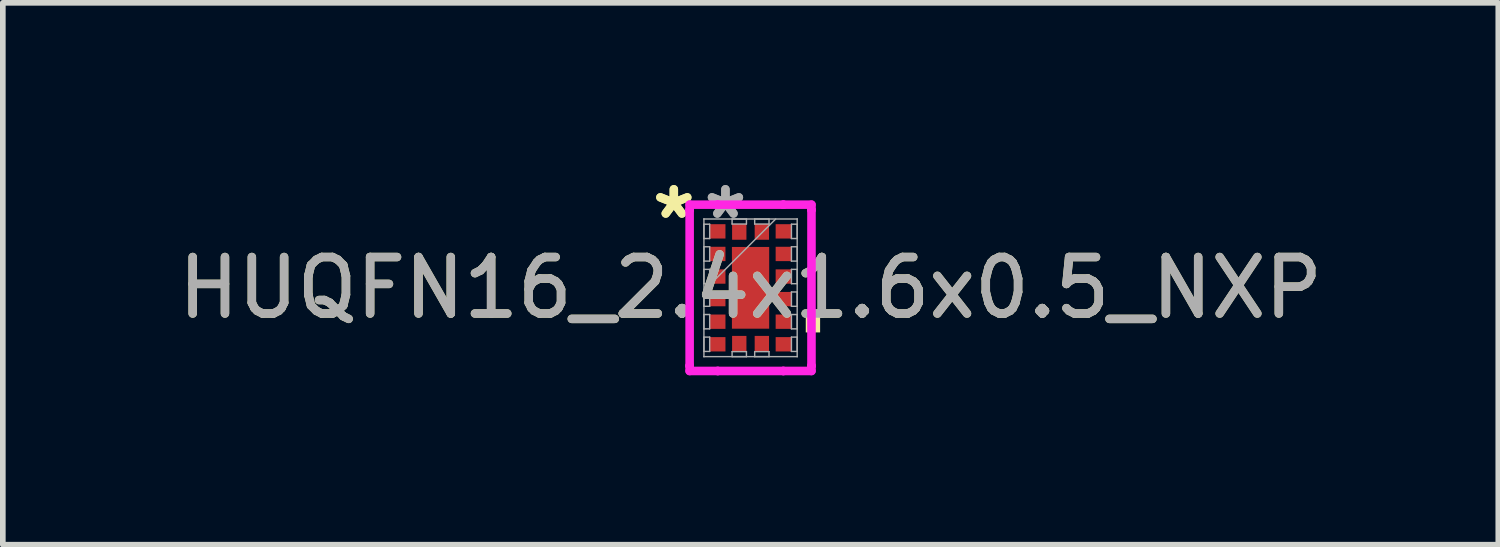
<source format=kicad_pcb>
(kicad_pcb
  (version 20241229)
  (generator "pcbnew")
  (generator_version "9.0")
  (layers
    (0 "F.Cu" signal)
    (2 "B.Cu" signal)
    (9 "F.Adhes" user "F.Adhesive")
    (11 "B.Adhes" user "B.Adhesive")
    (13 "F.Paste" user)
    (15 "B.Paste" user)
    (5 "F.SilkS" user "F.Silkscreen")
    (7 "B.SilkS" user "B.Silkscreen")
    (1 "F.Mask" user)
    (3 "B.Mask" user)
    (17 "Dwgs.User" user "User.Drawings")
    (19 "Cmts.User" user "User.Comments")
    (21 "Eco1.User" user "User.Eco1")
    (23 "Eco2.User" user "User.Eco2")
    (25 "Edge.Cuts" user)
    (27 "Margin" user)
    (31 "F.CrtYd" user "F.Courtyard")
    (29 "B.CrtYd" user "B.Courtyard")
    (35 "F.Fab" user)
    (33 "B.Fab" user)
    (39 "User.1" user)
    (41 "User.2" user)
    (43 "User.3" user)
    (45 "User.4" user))
  (footprint "HUQFN16_2.4x1.6x0.5_NXP"
    (layer "F.Cu")
    (at 10.244 2.048)
    (property "Reference" "HUQFN16_2.4x1.6x0.5_NXP" (at 0 0 0) (unlocked yes) (layer "F.SilkS") (effects (font (size 1 1) (thickness 0.15))))
    (attr smd)
    (fp_poly (pts (xy 1.232 0.409) (xy 1.232 0.79) (xy 0.978 0.79) (xy 0.978 0.409)) (stroke (width 0) (type solid)) (fill yes) (layer "F.SilkS"))
    (fp_line (start -1.079 -1.473) (end -0.581 -1.473) (stroke (width 0.152) (type solid)) (layer "F.CrtYd"))
    (fp_line (start -1.079 -1.381) (end -1.079 -1.473) (stroke (width 0.152) (type solid)) (layer "F.CrtYd"))
    (fp_line (start -1.079 -1.381) (end -1.079 -1.381) (stroke (width 0.152) (type solid)) (layer "F.CrtYd"))
    (fp_line (start -1.079 1.381) (end -1.079 -1.381) (stroke (width 0.152) (type solid)) (layer "F.CrtYd"))
    (fp_line (start -1.079 1.381) (end -1.079 1.381) (stroke (width 0.152) (type solid)) (layer "F.CrtYd"))
    (fp_line (start -1.079 1.473) (end -1.079 1.381) (stroke (width 0.152) (type solid)) (layer "F.CrtYd"))
    (fp_line (start -0.581 -1.473) (end -0.581 -1.473) (stroke (width 0.152) (type solid)) (layer "F.CrtYd"))
    (fp_line (start -0.581 -1.473) (end 0.581 -1.473) (stroke (width 0.152) (type solid)) (layer "F.CrtYd"))
    (fp_line (start -0.581 1.473) (end -1.079 1.473) (stroke (width 0.152) (type solid)) (layer "F.CrtYd"))
    (fp_line (start -0.581 1.473) (end -0.581 1.473) (stroke (width 0.152) (type solid)) (layer "F.CrtYd"))
    (fp_line (start 0.581 -1.473) (end 0.581 -1.473) (stroke (width 0.152) (type solid)) (layer "F.CrtYd"))
    (fp_line (start 0.581 -1.473) (end 1.079 -1.473) (stroke (width 0.152) (type solid)) (layer "F.CrtYd"))
    (fp_line (start 0.581 1.473) (end -0.581 1.473) (stroke (width 0.152) (type solid)) (layer "F.CrtYd"))
    (fp_line (start 0.581 1.473) (end 0.581 1.473) (stroke (width 0.152) (type solid)) (layer "F.CrtYd"))
    (fp_line (start 1.079 -1.473) (end 1.079 -1.381) (stroke (width 0.152) (type solid)) (layer "F.CrtYd"))
    (fp_line (start 1.079 -1.381) (end 1.079 -1.381) (stroke (width 0.152) (type solid)) (layer "F.CrtYd"))
    (fp_line (start 1.079 -1.381) (end 1.079 1.381) (stroke (width 0.152) (type solid)) (layer "F.CrtYd"))
    (fp_line (start 1.079 1.381) (end 1.079 1.381) (stroke (width 0.152) (type solid)) (layer "F.CrtYd"))
    (fp_line (start 1.079 1.381) (end 1.079 1.473) (stroke (width 0.152) (type solid)) (layer "F.CrtYd"))
    (fp_line (start 1.079 1.473) (end 0.581 1.473) (stroke (width 0.152) (type solid)) (layer "F.CrtYd"))
    (fp_line (start -0.826 -1.219) (end -0.826 -1.219) (stroke (width 0.025) (type solid)) (layer "F.Fab"))
    (fp_line (start -0.826 -1.219) (end -0.826 1.219) (stroke (width 0.025) (type solid)) (layer "F.Fab"))
    (fp_line (start -0.826 -1.127) (end -0.724 -1.127) (stroke (width 0.025) (type solid)) (layer "F.Fab"))
    (fp_line (start -0.826 -0.873) (end -0.826 -1.127) (stroke (width 0.025) (type solid)) (layer "F.Fab"))
    (fp_line (start -0.826 -0.727) (end -0.724 -0.727) (stroke (width 0.025) (type solid)) (layer "F.Fab"))
    (fp_line (start -0.826 -0.473) (end -0.826 -0.727) (stroke (width 0.025) (type solid)) (layer "F.Fab"))
    (fp_line (start -0.826 -0.327) (end -0.724 -0.327) (stroke (width 0.025) (type solid)) (layer "F.Fab"))
    (fp_line (start -0.826 -0.073) (end -0.826 -0.327) (stroke (width 0.025) (type solid)) (layer "F.Fab"))
    (fp_line (start -0.826 0.051) (end 0.445 -1.219) (stroke (width 0.025) (type solid)) (layer "F.Fab"))
    (fp_line (start -0.826 0.073) (end -0.724 0.073) (stroke (width 0.025) (type solid)) (layer "F.Fab"))
    (fp_line (start -0.826 0.327) (end -0.826 0.073) (stroke (width 0.025) (type solid)) (layer "F.Fab"))
    (fp_line (start -0.826 0.473) (end -0.724 0.473) (stroke (width 0.025) (type solid)) (layer "F.Fab"))
    (fp_line (start -0.826 0.727) (end -0.826 0.473) (stroke (width 0.025) (type solid)) (layer "F.Fab"))
    (fp_line (start -0.826 0.873) (end -0.724 0.873) (stroke (width 0.025) (type solid)) (layer "F.Fab"))
    (fp_line (start -0.826 1.127) (end -0.826 0.873) (stroke (width 0.025) (type solid)) (layer "F.Fab"))
    (fp_line (start -0.826 1.219) (end -0.826 1.219) (stroke (width 0.025) (type solid)) (layer "F.Fab"))
    (fp_line (start -0.826 1.219) (end 0.826 1.219) (stroke (width 0.025) (type solid)) (layer "F.Fab"))
    (fp_line (start -0.724 -1.127) (end -0.724 -0.873) (stroke (width 0.025) (type solid)) (layer "F.Fab"))
    (fp_line (start -0.724 -0.873) (end -0.826 -0.873) (stroke (width 0.025) (type solid)) (layer "F.Fab"))
    (fp_line (start -0.724 -0.727) (end -0.724 -0.473) (stroke (width 0.025) (type solid)) (layer "F.Fab"))
    (fp_line (start -0.724 -0.473) (end -0.826 -0.473) (stroke (width 0.025) (type solid)) (layer "F.Fab"))
    (fp_line (start -0.724 -0.327) (end -0.724 -0.073) (stroke (width 0.025) (type solid)) (layer "F.Fab"))
    (fp_line (start -0.724 -0.073) (end -0.826 -0.073) (stroke (width 0.025) (type solid)) (layer "F.Fab"))
    (fp_line (start -0.724 0.073) (end -0.724 0.327) (stroke (width 0.025) (type solid)) (layer "F.Fab"))
    (fp_line (start -0.724 0.327) (end -0.826 0.327) (stroke (width 0.025) (type solid)) (layer "F.Fab"))
    (fp_line (start -0.724 0.473) (end -0.724 0.727) (stroke (width 0.025) (type solid)) (layer "F.Fab"))
    (fp_line (start -0.724 0.727) (end -0.826 0.727) (stroke (width 0.025) (type solid)) (layer "F.Fab"))
    (fp_line (start -0.724 0.873) (end -0.724 1.127) (stroke (width 0.025) (type solid)) (layer "F.Fab"))
    (fp_line (start -0.724 1.127) (end -0.826 1.127) (stroke (width 0.025) (type solid)) (layer "F.Fab"))
    (fp_line (start -0.327 -1.219) (end -0.073 -1.219) (stroke (width 0.025) (type solid)) (layer "F.Fab"))
    (fp_line (start -0.327 -1.13) (end -0.327 -1.219) (stroke (width 0.025) (type solid)) (layer "F.Fab"))
    (fp_line (start -0.327 1.13) (end -0.073 1.13) (stroke (width 0.025) (type solid)) (layer "F.Fab"))
    (fp_line (start -0.327 1.219) (end -0.327 1.13) (stroke (width 0.025) (type solid)) (layer "F.Fab"))
    (fp_line (start -0.073 -1.219) (end -0.073 -1.13) (stroke (width 0.025) (type solid)) (layer "F.Fab"))
    (fp_line (start -0.073 -1.13) (end -0.327 -1.13) (stroke (width 0.025) (type solid)) (layer "F.Fab"))
    (fp_line (start -0.073 1.13) (end -0.073 1.219) (stroke (width 0.025) (type solid)) (layer "F.Fab"))
    (fp_line (start -0.073 1.219) (end -0.327 1.219) (stroke (width 0.025) (type solid)) (layer "F.Fab"))
    (fp_line (start 0.073 -1.219) (end 0.327 -1.219) (stroke (width 0.025) (type solid)) (layer "F.Fab"))
    (fp_line (start 0.073 -1.13) (end 0.073 -1.219) (stroke (width 0.025) (type solid)) (layer "F.Fab"))
    (fp_line (start 0.073 1.13) (end 0.327 1.13) (stroke (width 0.025) (type solid)) (layer "F.Fab"))
    (fp_line (start 0.073 1.219) (end 0.073 1.13) (stroke (width 0.025) (type solid)) (layer "F.Fab"))
    (fp_line (start 0.327 -1.219) (end 0.327 -1.13) (stroke (width 0.025) (type solid)) (layer "F.Fab"))
    (fp_line (start 0.327 -1.13) (end 0.073 -1.13) (stroke (width 0.025) (type solid)) (layer "F.Fab"))
    (fp_line (start 0.327 1.13) (end 0.327 1.219) (stroke (width 0.025) (type solid)) (layer "F.Fab"))
    (fp_line (start 0.327 1.219) (end 0.073 1.219) (stroke (width 0.025) (type solid)) (layer "F.Fab"))
    (fp_line (start 0.724 -1.127) (end 0.826 -1.127) (stroke (width 0.025) (type solid)) (layer "F.Fab"))
    (fp_line (start 0.724 -0.873) (end 0.724 -1.127) (stroke (width 0.025) (type solid)) (layer "F.Fab"))
    (fp_line (start 0.724 -0.727) (end 0.826 -0.727) (stroke (width 0.025) (type solid)) (layer "F.Fab"))
    (fp_line (start 0.724 -0.473) (end 0.724 -0.727) (stroke (width 0.025) (type solid)) (layer "F.Fab"))
    (fp_line (start 0.724 -0.327) (end 0.826 -0.327) (stroke (width 0.025) (type solid)) (layer "F.Fab"))
    (fp_line (start 0.724 -0.073) (end 0.724 -0.327) (stroke (width 0.025) (type solid)) (layer "F.Fab"))
    (fp_line (start 0.724 0.073) (end 0.826 0.073) (stroke (width 0.025) (type solid)) (layer "F.Fab"))
    (fp_line (start 0.724 0.327) (end 0.724 0.073) (stroke (width 0.025) (type solid)) (layer "F.Fab"))
    (fp_line (start 0.724 0.473) (end 0.826 0.473) (stroke (width 0.025) (type solid)) (layer "F.Fab"))
    (fp_line (start 0.724 0.727) (end 0.724 0.473) (stroke (width 0.025) (type solid)) (layer "F.Fab"))
    (fp_line (start 0.724 0.873) (end 0.826 0.873) (stroke (width 0.025) (type solid)) (layer "F.Fab"))
    (fp_line (start 0.724 1.127) (end 0.724 0.873) (stroke (width 0.025) (type solid)) (layer "F.Fab"))
    (fp_line (start 0.826 -1.219) (end -0.826 -1.219) (stroke (width 0.025) (type solid)) (layer "F.Fab"))
    (fp_line (start 0.826 -1.219) (end 0.826 -1.219) (stroke (width 0.025) (type solid)) (layer "F.Fab"))
    (fp_line (start 0.826 -1.127) (end 0.826 -0.873) (stroke (width 0.025) (type solid)) (layer "F.Fab"))
    (fp_line (start 0.826 -0.873) (end 0.724 -0.873) (stroke (width 0.025) (type solid)) (layer "F.Fab"))
    (fp_line (start 0.826 -0.727) (end 0.826 -0.473) (stroke (width 0.025) (type solid)) (layer "F.Fab"))
    (fp_line (start 0.826 -0.473) (end 0.724 -0.473) (stroke (width 0.025) (type solid)) (layer "F.Fab"))
    (fp_line (start 0.826 -0.327) (end 0.826 -0.073) (stroke (width 0.025) (type solid)) (layer "F.Fab"))
    (fp_line (start 0.826 -0.073) (end 0.724 -0.073) (stroke (width 0.025) (type solid)) (layer "F.Fab"))
    (fp_line (start 0.826 0.073) (end 0.826 0.327) (stroke (width 0.025) (type solid)) (layer "F.Fab"))
    (fp_line (start 0.826 0.327) (end 0.724 0.327) (stroke (width 0.025) (type solid)) (layer "F.Fab"))
    (fp_line (start 0.826 0.473) (end 0.826 0.727) (stroke (width 0.025) (type solid)) (layer "F.Fab"))
    (fp_line (start 0.826 0.727) (end 0.724 0.727) (stroke (width 0.025) (type solid)) (layer "F.Fab"))
    (fp_line (start 0.826 0.873) (end 0.826 1.127) (stroke (width 0.025) (type solid)) (layer "F.Fab"))
    (fp_line (start 0.826 1.127) (end 0.724 1.127) (stroke (width 0.025) (type solid)) (layer "F.Fab"))
    (fp_line (start 0.826 1.219) (end 0.826 -1.219) (stroke (width 0.025) (type solid)) (layer "F.Fab"))
    (fp_line (start 0.826 1.219) (end 0.826 1.219) (stroke (width 0.025) (type solid)) (layer "F.Fab"))
    (fp_text user "*" (at -1.359 -1.2 0) (layer "F.SilkS") (effects (font (size 1 1) (thickness 0.15))))
    (fp_text user "*" (at -1.359 -1.2 0) (unlocked yes) (layer "F.SilkS") (effects (font (size 1 1) (thickness 0.15))))
    (fp_text user "*" (at -0.445 -1.2 0) (unlocked yes) (layer "F.Fab") (effects (font (size 1 1) (thickness 0.15))))
    (fp_text user "*" (at -0.445 -1.2 0) (layer "F.Fab") (effects (font (size 1 1) (thickness 0.15))))
    (fp_text user "${REFERENCE}" (at 0 0 0) (unlocked yes) (layer "F.Fab") (effects (font (size 1 1) (thickness 0.15))))
    (pad "1" smd rect (at -0.584 -1 90) (size 0.254 0.279) (layers "F.Cu" "F.Mask" "F.Paste"))
    (pad "2" smd rect (at -0.584 -0.6 90) (size 0.254 0.279) (layers "F.Cu" "F.Mask" "F.Paste"))
    (pad "3" smd rect (at -0.584 -0.2 90) (size 0.254 0.279) (layers "F.Cu" "F.Mask" "F.Paste"))
    (pad "4" smd rect (at -0.584 0.2 90) (size 0.254 0.279) (layers "F.Cu" "F.Mask" "F.Paste"))
    (pad "5" smd rect (at -0.584 0.6 90) (size 0.254 0.279) (layers "F.Cu" "F.Mask" "F.Paste"))
    (pad "6" smd rect (at -0.584 1 90) (size 0.254 0.279) (layers "F.Cu" "F.Mask" "F.Paste"))
    (pad "7" smd rect (at -0.2 0.991) (size 0.254 0.279) (layers "F.Cu" "F.Mask" "F.Paste"))
    (pad "8" smd rect (at 0.2 0.991) (size 0.254 0.279) (layers "F.Cu" "F.Mask" "F.Paste"))
    (pad "9" smd rect (at 0.584 1 90) (size 0.254 0.279) (layers "F.Cu" "F.Mask" "F.Paste"))
    (pad "10" smd rect (at 0.584 0.6 90) (size 0.254 0.279) (layers "F.Cu" "F.Mask" "F.Paste"))
    (pad "11" smd rect (at 0.584 0.2 90) (size 0.254 0.279) (layers "F.Cu" "F.Mask" "F.Paste"))
    (pad "12" smd rect (at 0.584 -0.2 90) (size 0.254 0.279) (layers "F.Cu" "F.Mask" "F.Paste"))
    (pad "13" smd rect (at 0.584 -0.6 90) (size 0.254 0.279) (layers "F.Cu" "F.Mask" "F.Paste"))
    (pad "14" smd rect (at 0.584 -1 90) (size 0.254 0.279) (layers "F.Cu" "F.Mask" "F.Paste"))
    (pad "15" smd rect (at 0.2 -0.991) (size 0.254 0.279) (layers "F.Cu" "F.Mask" "F.Paste"))
    (pad "16" smd rect (at -0.2 -0.991) (size 0.254 0.279) (layers "F.Cu" "F.Mask" "F.Paste"))
    (pad "17" smd rect (at 0 0) (size 0.66 1.448) (layers "F.Cu" "F.Mask" "F.Paste")))
  (gr_rect
    (start -3 -3)
    (end 23.488 6.598)
    (stroke (width 0.1) (type default))
    (fill no)
    (layer "Edge.Cuts")))
</source>
